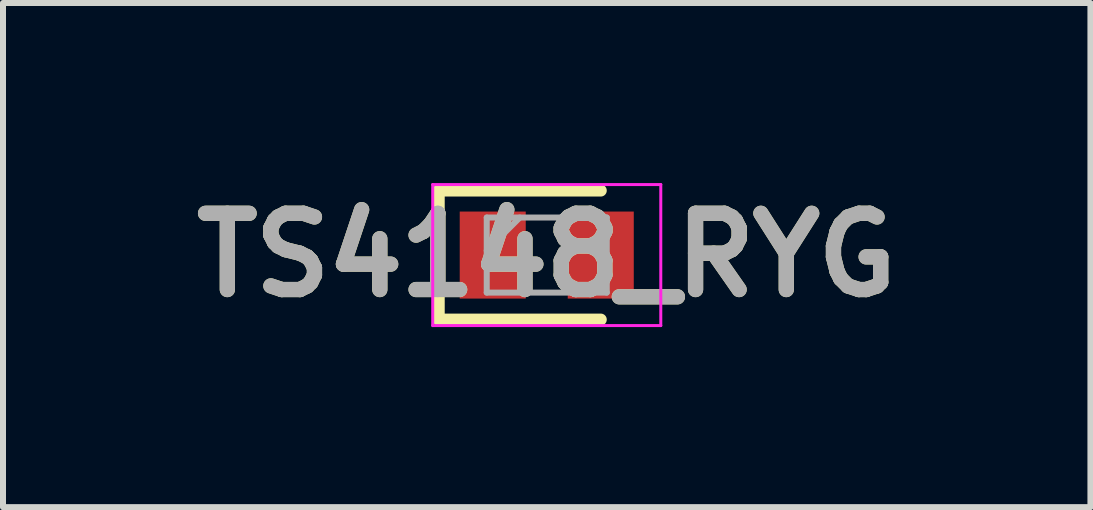
<source format=kicad_pcb>
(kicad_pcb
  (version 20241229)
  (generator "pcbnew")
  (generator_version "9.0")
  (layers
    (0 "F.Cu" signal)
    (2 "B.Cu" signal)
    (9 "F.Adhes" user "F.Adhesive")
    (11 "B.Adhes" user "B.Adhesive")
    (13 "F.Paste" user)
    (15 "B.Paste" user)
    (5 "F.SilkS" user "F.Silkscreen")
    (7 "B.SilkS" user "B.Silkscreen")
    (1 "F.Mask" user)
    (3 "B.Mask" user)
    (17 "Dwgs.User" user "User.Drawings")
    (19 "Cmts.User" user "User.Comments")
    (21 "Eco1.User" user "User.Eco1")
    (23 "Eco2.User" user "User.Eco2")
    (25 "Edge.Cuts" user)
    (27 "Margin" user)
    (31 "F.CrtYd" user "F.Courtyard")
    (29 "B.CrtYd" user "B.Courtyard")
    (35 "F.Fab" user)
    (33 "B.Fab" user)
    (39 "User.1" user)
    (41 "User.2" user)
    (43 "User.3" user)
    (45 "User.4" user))
  (footprint "TS4148_RYG"
    (layer "F.Cu")
    (at 6.06 1.2)
    (property "Reference" "TS4148_RYG" (at 0 0 0) (layer "F.SilkS") (effects (font (size 1.27 1.27) (thickness 0.254))))
    (attr smd)
    (fp_line (start -1.8 -1.075) (end -1.8 1.075) (stroke (width 0.2) (type solid)) (layer "F.SilkS"))
    (fp_line (start -1.8 1.075) (end 0.9 1.075) (stroke (width 0.2) (type solid)) (layer "F.SilkS"))
    (fp_line (start 0.9 -1.075) (end -1.8 -1.075) (stroke (width 0.2) (type solid)) (layer "F.SilkS"))
    (fp_line (start -1.9 -1.175) (end 1.9 -1.175) (stroke (width 0.05) (type solid)) (layer "F.CrtYd"))
    (fp_line (start -1.9 1.175) (end -1.9 -1.175) (stroke (width 0.05) (type solid)) (layer "F.CrtYd"))
    (fp_line (start 1.9 -1.175) (end 1.9 1.175) (stroke (width 0.05) (type solid)) (layer "F.CrtYd"))
    (fp_line (start 1.9 1.175) (end -1.9 1.175) (stroke (width 0.05) (type solid)) (layer "F.CrtYd"))
    (fp_line (start -1 -0.625) (end 1 -0.625) (stroke (width 0.1) (type solid)) (layer "F.Fab"))
    (fp_line (start -1 -0.075) (end -0.45 -0.625) (stroke (width 0.1) (type solid)) (layer "F.Fab"))
    (fp_line (start -1 0.625) (end -1 -0.625) (stroke (width 0.1) (type solid)) (layer "F.Fab"))
    (fp_line (start 1 -0.625) (end 1 0.625) (stroke (width 0.1) (type solid)) (layer "F.Fab"))
    (fp_line (start 1 0.625) (end -1 0.625) (stroke (width 0.1) (type solid)) (layer "F.Fab"))
    (fp_text user "${REFERENCE}" (at 0 0 0) (layer "F.Fab") (effects (font (size 1.27 1.27) (thickness 0.254))))
    (pad "1" smd rect (at -0.9 0) (size 1.1 1.45) (layers "F.Cu" "F.Mask" "F.Paste"))
    (pad "2" smd rect (at 0.9 0) (size 1.1 1.45) (layers "F.Cu" "F.Mask" "F.Paste")))
  (gr_rect
    (start -3 -3)
    (end 15.119 5.4)
    (stroke (width 0.1) (type default))
    (fill no)
    (layer "Edge.Cuts")))
</source>
